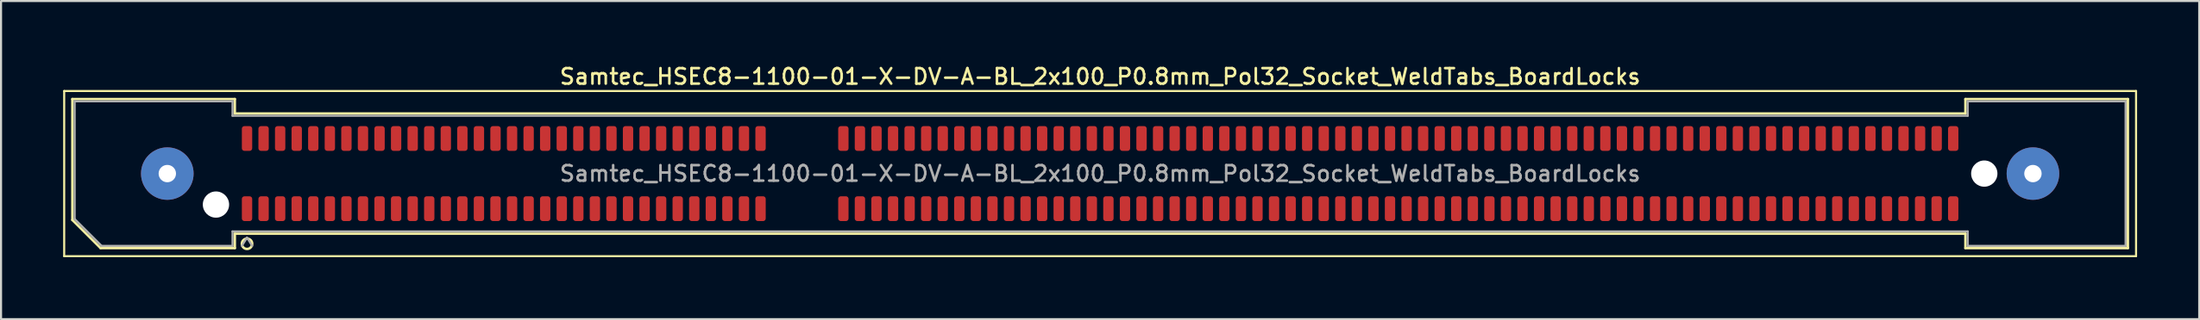
<source format=kicad_pcb>
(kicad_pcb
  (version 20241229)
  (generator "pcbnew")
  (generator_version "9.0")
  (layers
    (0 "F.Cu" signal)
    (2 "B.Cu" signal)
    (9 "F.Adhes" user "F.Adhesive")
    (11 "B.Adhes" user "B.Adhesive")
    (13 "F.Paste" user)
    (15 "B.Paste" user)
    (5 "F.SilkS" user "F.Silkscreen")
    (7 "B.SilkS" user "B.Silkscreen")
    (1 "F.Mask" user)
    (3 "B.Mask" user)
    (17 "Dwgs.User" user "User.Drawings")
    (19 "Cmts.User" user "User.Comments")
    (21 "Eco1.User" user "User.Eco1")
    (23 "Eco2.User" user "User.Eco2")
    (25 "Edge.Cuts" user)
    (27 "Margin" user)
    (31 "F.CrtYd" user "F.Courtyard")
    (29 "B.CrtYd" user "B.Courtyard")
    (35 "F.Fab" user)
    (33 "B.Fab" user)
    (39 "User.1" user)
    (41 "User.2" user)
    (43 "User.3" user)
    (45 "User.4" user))
  (footprint "Samtec_HSEC8-1100-01-X-DV-A-BL_2x100_P0.8mm_Pol32_Socket_WeldTabs_BoardLocks"
    (layer "F.Cu")
    (at 50.08 5.358)
    (property "Reference" "Samtec_HSEC8-1100-01-X-DV-A-BL_2x100_P0.8mm_Pol32_Socket_WeldTabs_BoardLocks" (at 0 -4.7 0) (layer "F.SilkS") (effects (font (size 0.75 0.75) (thickness 0.125))))
    (attr smd)
    (fp_line (start -50.03 -4) (end -50.03 4) (stroke (width 0.1) (type solid)) (layer "F.SilkS"))
    (fp_line (start -50.03 4) (end 50.03 4) (stroke (width 0.1) (type solid)) (layer "F.SilkS"))
    (fp_line (start -49.635 -3.61) (end -41.79 -3.61) (stroke (width 0.12) (type solid)) (layer "F.SilkS"))
    (fp_line (start -49.635 2.246) (end -49.635 -3.61) (stroke (width 0.12) (type solid)) (layer "F.SilkS"))
    (fp_line (start -48.271 3.61) (end -49.635 2.246) (stroke (width 0.12) (type solid)) (layer "F.SilkS"))
    (fp_line (start -41.79 -3.61) (end -41.79 -2.91) (stroke (width 0.12) (type solid)) (layer "F.SilkS"))
    (fp_line (start -41.79 -2.91) (end 41.79 -2.91) (stroke (width 0.12) (type solid)) (layer "F.SilkS"))
    (fp_line (start -41.79 2.91) (end -41.79 3.61) (stroke (width 0.12) (type solid)) (layer "F.SilkS"))
    (fp_line (start -41.79 3.61) (end -48.271 3.61) (stroke (width 0.12) (type solid)) (layer "F.SilkS"))
    (fp_line (start 41.79 -3.61) (end 49.635 -3.61) (stroke (width 0.12) (type solid)) (layer "F.SilkS"))
    (fp_line (start 41.79 -2.91) (end 41.79 -3.61) (stroke (width 0.12) (type solid)) (layer "F.SilkS"))
    (fp_line (start 41.79 2.91) (end -41.79 2.91) (stroke (width 0.12) (type solid)) (layer "F.SilkS"))
    (fp_line (start 41.79 3.61) (end 41.79 2.91) (stroke (width 0.12) (type solid)) (layer "F.SilkS"))
    (fp_line (start 49.635 -3.61) (end 49.635 3.61) (stroke (width 0.12) (type solid)) (layer "F.SilkS"))
    (fp_line (start 49.635 3.61) (end 41.79 3.61) (stroke (width 0.12) (type solid)) (layer "F.SilkS"))
    (fp_line (start 50.03 -4) (end -50.03 -4) (stroke (width 0.1) (type solid)) (layer "F.SilkS"))
    (fp_line (start 50.03 4) (end 50.03 -4) (stroke (width 0.1) (type solid)) (layer "F.SilkS"))
    (fp_circle (center -41.2 3.4) (end -40.95 3.4) (stroke (width 0.12) (type solid)) (fill no) (layer "F.SilkS"))
    (fp_line (start -49.525 -3.5) (end -41.9 -3.5) (stroke (width 0.1) (type solid)) (layer "F.Fab"))
    (fp_line (start -49.525 2.2) (end -49.525 -3.5) (stroke (width 0.1) (type solid)) (layer "F.Fab"))
    (fp_line (start -48.225 3.5) (end -49.525 2.2) (stroke (width 0.1) (type solid)) (layer "F.Fab"))
    (fp_line (start -41.9 -3.5) (end -41.9 -2.8) (stroke (width 0.1) (type solid)) (layer "F.Fab"))
    (fp_line (start -41.9 -2.8) (end 41.9 -2.8) (stroke (width 0.1) (type solid)) (layer "F.Fab"))
    (fp_line (start -41.9 2.8) (end -41.9 3.5) (stroke (width 0.1) (type solid)) (layer "F.Fab"))
    (fp_line (start -41.9 3.5) (end -48.225 3.5) (stroke (width 0.1) (type solid)) (layer "F.Fab"))
    (fp_line (start -41.2 3.1) (end -41.45 3.5) (stroke (width 0.1) (type solid)) (layer "F.Fab"))
    (fp_line (start -41.2 3.1) (end -40.95 3.5) (stroke (width 0.1) (type solid)) (layer "F.Fab"))
    (fp_line (start 41.9 -3.5) (end 49.525 -3.5) (stroke (width 0.1) (type solid)) (layer "F.Fab"))
    (fp_line (start 41.9 -2.8) (end 41.9 -3.5) (stroke (width 0.1) (type solid)) (layer "F.Fab"))
    (fp_line (start 41.9 2.8) (end -41.9 2.8) (stroke (width 0.1) (type solid)) (layer "F.Fab"))
    (fp_line (start 41.9 3.5) (end 41.9 2.8) (stroke (width 0.1) (type solid)) (layer "F.Fab"))
    (fp_line (start 49.525 -3.5) (end 49.525 3.5) (stroke (width 0.1) (type solid)) (layer "F.Fab"))
    (fp_line (start 49.525 3.5) (end 41.9 3.5) (stroke (width 0.1) (type solid)) (layer "F.Fab"))
    (fp_text user "${REFERENCE}" (at 0 0 0) (layer "F.Fab") (effects (font (size 0.75 0.75) (thickness 0.125))))
    (pad "" thru_hole circle (at -45.05 0) (size 2.54 2.54) (drill 0.84) (layers "*.Cu" "*.Mask" "F.Paste"))
    (pad "" np_thru_hole circle (at -42.7 1.5) (size 1.27 1.27) (drill 1.27) (layers "*.Cu" "*.Mask"))
    (pad "" np_thru_hole circle (at 42.7 0) (size 1.27 1.27) (drill 1.27) (layers "*.Cu" "*.Mask"))
    (pad "" thru_hole circle (at 45.05 0) (size 2.54 2.54) (drill 0.84) (layers "*.Cu" "*.Mask" "F.Paste"))
    (pad "1" smd roundrect (at -41.2 1.7) (size 0.5 1.2) (layers "F.Cu" "F.Mask" "F.Paste") (roundrect_rratio 0.25))
    (pad "2" smd roundrect (at -41.2 -1.7) (size 0.5 1.2) (layers "F.Cu" "F.Mask" "F.Paste") (roundrect_rratio 0.25))
    (pad "3" smd roundrect (at -40.4 1.7) (size 0.5 1.2) (layers "F.Cu" "F.Mask" "F.Paste") (roundrect_rratio 0.25))
    (pad "4" smd roundrect (at -40.4 -1.7) (size 0.5 1.2) (layers "F.Cu" "F.Mask" "F.Paste") (roundrect_rratio 0.25))
    (pad "5" smd roundrect (at -39.6 1.7) (size 0.5 1.2) (layers "F.Cu" "F.Mask" "F.Paste") (roundrect_rratio 0.25))
    (pad "6" smd roundrect (at -39.6 -1.7) (size 0.5 1.2) (layers "F.Cu" "F.Mask" "F.Paste") (roundrect_rratio 0.25))
    (pad "7" smd roundrect (at -38.8 1.7) (size 0.5 1.2) (layers "F.Cu" "F.Mask" "F.Paste") (roundrect_rratio 0.25))
    (pad "8" smd roundrect (at -38.8 -1.7) (size 0.5 1.2) (layers "F.Cu" "F.Mask" "F.Paste") (roundrect_rratio 0.25))
    (pad "9" smd roundrect (at -38 1.7) (size 0.5 1.2) (layers "F.Cu" "F.Mask" "F.Paste") (roundrect_rratio 0.25))
    (pad "10" smd roundrect (at -38 -1.7) (size 0.5 1.2) (layers "F.Cu" "F.Mask" "F.Paste") (roundrect_rratio 0.25))
    (pad "11" smd roundrect (at -37.2 1.7) (size 0.5 1.2) (layers "F.Cu" "F.Mask" "F.Paste") (roundrect_rratio 0.25))
    (pad "12" smd roundrect (at -37.2 -1.7) (size 0.5 1.2) (layers "F.Cu" "F.Mask" "F.Paste") (roundrect_rratio 0.25))
    (pad "13" smd roundrect (at -36.4 1.7) (size 0.5 1.2) (layers "F.Cu" "F.Mask" "F.Paste") (roundrect_rratio 0.25))
    (pad "14" smd roundrect (at -36.4 -1.7) (size 0.5 1.2) (layers "F.Cu" "F.Mask" "F.Paste") (roundrect_rratio 0.25))
    (pad "15" smd roundrect (at -35.6 1.7) (size 0.5 1.2) (layers "F.Cu" "F.Mask" "F.Paste") (roundrect_rratio 0.25))
    (pad "16" smd roundrect (at -35.6 -1.7) (size 0.5 1.2) (layers "F.Cu" "F.Mask" "F.Paste") (roundrect_rratio 0.25))
    (pad "17" smd roundrect (at -34.8 1.7) (size 0.5 1.2) (layers "F.Cu" "F.Mask" "F.Paste") (roundrect_rratio 0.25))
    (pad "18" smd roundrect (at -34.8 -1.7) (size 0.5 1.2) (layers "F.Cu" "F.Mask" "F.Paste") (roundrect_rratio 0.25))
    (pad "19" smd roundrect (at -34 1.7) (size 0.5 1.2) (layers "F.Cu" "F.Mask" "F.Paste") (roundrect_rratio 0.25))
    (pad "20" smd roundrect (at -34 -1.7) (size 0.5 1.2) (layers "F.Cu" "F.Mask" "F.Paste") (roundrect_rratio 0.25))
    (pad "21" smd roundrect (at -33.2 1.7) (size 0.5 1.2) (layers "F.Cu" "F.Mask" "F.Paste") (roundrect_rratio 0.25))
    (pad "22" smd roundrect (at -33.2 -1.7) (size 0.5 1.2) (layers "F.Cu" "F.Mask" "F.Paste") (roundrect_rratio 0.25))
    (pad "23" smd roundrect (at -32.4 1.7) (size 0.5 1.2) (layers "F.Cu" "F.Mask" "F.Paste") (roundrect_rratio 0.25))
    (pad "24" smd roundrect (at -32.4 -1.7) (size 0.5 1.2) (layers "F.Cu" "F.Mask" "F.Paste") (roundrect_rratio 0.25))
    (pad "25" smd roundrect (at -31.6 1.7) (size 0.5 1.2) (layers "F.Cu" "F.Mask" "F.Paste") (roundrect_rratio 0.25))
    (pad "26" smd roundrect (at -31.6 -1.7) (size 0.5 1.2) (layers "F.Cu" "F.Mask" "F.Paste") (roundrect_rratio 0.25))
    (pad "27" smd roundrect (at -30.8 1.7) (size 0.5 1.2) (layers "F.Cu" "F.Mask" "F.Paste") (roundrect_rratio 0.25))
    (pad "28" smd roundrect (at -30.8 -1.7) (size 0.5 1.2) (layers "F.Cu" "F.Mask" "F.Paste") (roundrect_rratio 0.25))
    (pad "29" smd roundrect (at -30 1.7) (size 0.5 1.2) (layers "F.Cu" "F.Mask" "F.Paste") (roundrect_rratio 0.25))
    (pad "30" smd roundrect (at -30 -1.7) (size 0.5 1.2) (layers "F.Cu" "F.Mask" "F.Paste") (roundrect_rratio 0.25))
    (pad "31" smd roundrect (at -29.2 1.7) (size 0.5 1.2) (layers "F.Cu" "F.Mask" "F.Paste") (roundrect_rratio 0.25))
    (pad "32" smd roundrect (at -29.2 -1.7) (size 0.5 1.2) (layers "F.Cu" "F.Mask" "F.Paste") (roundrect_rratio 0.25))
    (pad "33" smd roundrect (at -28.4 1.7) (size 0.5 1.2) (layers "F.Cu" "F.Mask" "F.Paste") (roundrect_rratio 0.25))
    (pad "34" smd roundrect (at -28.4 -1.7) (size 0.5 1.2) (layers "F.Cu" "F.Mask" "F.Paste") (roundrect_rratio 0.25))
    (pad "35" smd roundrect (at -27.6 1.7) (size 0.5 1.2) (layers "F.Cu" "F.Mask" "F.Paste") (roundrect_rratio 0.25))
    (pad "36" smd roundrect (at -27.6 -1.7) (size 0.5 1.2) (layers "F.Cu" "F.Mask" "F.Paste") (roundrect_rratio 0.25))
    (pad "37" smd roundrect (at -26.8 1.7) (size 0.5 1.2) (layers "F.Cu" "F.Mask" "F.Paste") (roundrect_rratio 0.25))
    (pad "38" smd roundrect (at -26.8 -1.7) (size 0.5 1.2) (layers "F.Cu" "F.Mask" "F.Paste") (roundrect_rratio 0.25))
    (pad "39" smd roundrect (at -26 1.7) (size 0.5 1.2) (layers "F.Cu" "F.Mask" "F.Paste") (roundrect_rratio 0.25))
    (pad "40" smd roundrect (at -26 -1.7) (size 0.5 1.2) (layers "F.Cu" "F.Mask" "F.Paste") (roundrect_rratio 0.25))
    (pad "41" smd roundrect (at -25.2 1.7) (size 0.5 1.2) (layers "F.Cu" "F.Mask" "F.Paste") (roundrect_rratio 0.25))
    (pad "42" smd roundrect (at -25.2 -1.7) (size 0.5 1.2) (layers "F.Cu" "F.Mask" "F.Paste") (roundrect_rratio 0.25))
    (pad "43" smd roundrect (at -24.4 1.7) (size 0.5 1.2) (layers "F.Cu" "F.Mask" "F.Paste") (roundrect_rratio 0.25))
    (pad "44" smd roundrect (at -24.4 -1.7) (size 0.5 1.2) (layers "F.Cu" "F.Mask" "F.Paste") (roundrect_rratio 0.25))
    (pad "45" smd roundrect (at -23.6 1.7) (size 0.5 1.2) (layers "F.Cu" "F.Mask" "F.Paste") (roundrect_rratio 0.25))
    (pad "46" smd roundrect (at -23.6 -1.7) (size 0.5 1.2) (layers "F.Cu" "F.Mask" "F.Paste") (roundrect_rratio 0.25))
    (pad "47" smd roundrect (at -22.8 1.7) (size 0.5 1.2) (layers "F.Cu" "F.Mask" "F.Paste") (roundrect_rratio 0.25))
    (pad "48" smd roundrect (at -22.8 -1.7) (size 0.5 1.2) (layers "F.Cu" "F.Mask" "F.Paste") (roundrect_rratio 0.25))
    (pad "49" smd roundrect (at -22 1.7) (size 0.5 1.2) (layers "F.Cu" "F.Mask" "F.Paste") (roundrect_rratio 0.25))
    (pad "50" smd roundrect (at -22 -1.7) (size 0.5 1.2) (layers "F.Cu" "F.Mask" "F.Paste") (roundrect_rratio 0.25))
    (pad "51" smd roundrect (at -21.2 1.7) (size 0.5 1.2) (layers "F.Cu" "F.Mask" "F.Paste") (roundrect_rratio 0.25))
    (pad "52" smd roundrect (at -21.2 -1.7) (size 0.5 1.2) (layers "F.Cu" "F.Mask" "F.Paste") (roundrect_rratio 0.25))
    (pad "53" smd roundrect (at -20.4 1.7) (size 0.5 1.2) (layers "F.Cu" "F.Mask" "F.Paste") (roundrect_rratio 0.25))
    (pad "54" smd roundrect (at -20.4 -1.7) (size 0.5 1.2) (layers "F.Cu" "F.Mask" "F.Paste") (roundrect_rratio 0.25))
    (pad "55" smd roundrect (at -19.6 1.7) (size 0.5 1.2) (layers "F.Cu" "F.Mask" "F.Paste") (roundrect_rratio 0.25))
    (pad "56" smd roundrect (at -19.6 -1.7) (size 0.5 1.2) (layers "F.Cu" "F.Mask" "F.Paste") (roundrect_rratio 0.25))
    (pad "57" smd roundrect (at -18.8 1.7) (size 0.5 1.2) (layers "F.Cu" "F.Mask" "F.Paste") (roundrect_rratio 0.25))
    (pad "58" smd roundrect (at -18.8 -1.7) (size 0.5 1.2) (layers "F.Cu" "F.Mask" "F.Paste") (roundrect_rratio 0.25))
    (pad "59" smd roundrect (at -18 1.7) (size 0.5 1.2) (layers "F.Cu" "F.Mask" "F.Paste") (roundrect_rratio 0.25))
    (pad "60" smd roundrect (at -18 -1.7) (size 0.5 1.2) (layers "F.Cu" "F.Mask" "F.Paste") (roundrect_rratio 0.25))
    (pad "61" smd roundrect (at -17.2 1.7) (size 0.5 1.2) (layers "F.Cu" "F.Mask" "F.Paste") (roundrect_rratio 0.25))
    (pad "62" smd roundrect (at -17.2 -1.7) (size 0.5 1.2) (layers "F.Cu" "F.Mask" "F.Paste") (roundrect_rratio 0.25))
    (pad "63" smd roundrect (at -16.4 1.7) (size 0.5 1.2) (layers "F.Cu" "F.Mask" "F.Paste") (roundrect_rratio 0.25))
    (pad "64" smd roundrect (at -16.4 -1.7) (size 0.5 1.2) (layers "F.Cu" "F.Mask" "F.Paste") (roundrect_rratio 0.25))
    (pad "65" smd roundrect (at -12.4 1.7) (size 0.5 1.2) (layers "F.Cu" "F.Mask" "F.Paste") (roundrect_rratio 0.25))
    (pad "66" smd roundrect (at -12.4 -1.7) (size 0.5 1.2) (layers "F.Cu" "F.Mask" "F.Paste") (roundrect_rratio 0.25))
    (pad "67" smd roundrect (at -11.6 1.7) (size 0.5 1.2) (layers "F.Cu" "F.Mask" "F.Paste") (roundrect_rratio 0.25))
    (pad "68" smd roundrect (at -11.6 -1.7) (size 0.5 1.2) (layers "F.Cu" "F.Mask" "F.Paste") (roundrect_rratio 0.25))
    (pad "69" smd roundrect (at -10.8 1.7) (size 0.5 1.2) (layers "F.Cu" "F.Mask" "F.Paste") (roundrect_rratio 0.25))
    (pad "70" smd roundrect (at -10.8 -1.7) (size 0.5 1.2) (layers "F.Cu" "F.Mask" "F.Paste") (roundrect_rratio 0.25))
    (pad "71" smd roundrect (at -10 1.7) (size 0.5 1.2) (layers "F.Cu" "F.Mask" "F.Paste") (roundrect_rratio 0.25))
    (pad "72" smd roundrect (at -10 -1.7) (size 0.5 1.2) (layers "F.Cu" "F.Mask" "F.Paste") (roundrect_rratio 0.25))
    (pad "73" smd roundrect (at -9.2 1.7) (size 0.5 1.2) (layers "F.Cu" "F.Mask" "F.Paste") (roundrect_rratio 0.25))
    (pad "74" smd roundrect (at -9.2 -1.7) (size 0.5 1.2) (layers "F.Cu" "F.Mask" "F.Paste") (roundrect_rratio 0.25))
    (pad "75" smd roundrect (at -8.4 1.7) (size 0.5 1.2) (layers "F.Cu" "F.Mask" "F.Paste") (roundrect_rratio 0.25))
    (pad "76" smd roundrect (at -8.4 -1.7) (size 0.5 1.2) (layers "F.Cu" "F.Mask" "F.Paste") (roundrect_rratio 0.25))
    (pad "77" smd roundrect (at -7.6 1.7) (size 0.5 1.2) (layers "F.Cu" "F.Mask" "F.Paste") (roundrect_rratio 0.25))
    (pad "78" smd roundrect (at -7.6 -1.7) (size 0.5 1.2) (layers "F.Cu" "F.Mask" "F.Paste") (roundrect_rratio 0.25))
    (pad "79" smd roundrect (at -6.8 1.7) (size 0.5 1.2) (layers "F.Cu" "F.Mask" "F.Paste") (roundrect_rratio 0.25))
    (pad "80" smd roundrect (at -6.8 -1.7) (size 0.5 1.2) (layers "F.Cu" "F.Mask" "F.Paste") (roundrect_rratio 0.25))
    (pad "81" smd roundrect (at -6 1.7) (size 0.5 1.2) (layers "F.Cu" "F.Mask" "F.Paste") (roundrect_rratio 0.25))
    (pad "82" smd roundrect (at -6 -1.7) (size 0.5 1.2) (layers "F.Cu" "F.Mask" "F.Paste") (roundrect_rratio 0.25))
    (pad "83" smd roundrect (at -5.2 1.7) (size 0.5 1.2) (layers "F.Cu" "F.Mask" "F.Paste") (roundrect_rratio 0.25))
    (pad "84" smd roundrect (at -5.2 -1.7) (size 0.5 1.2) (layers "F.Cu" "F.Mask" "F.Paste") (roundrect_rratio 0.25))
    (pad "85" smd roundrect (at -4.4 1.7) (size 0.5 1.2) (layers "F.Cu" "F.Mask" "F.Paste") (roundrect_rratio 0.25))
    (pad "86" smd roundrect (at -4.4 -1.7) (size 0.5 1.2) (layers "F.Cu" "F.Mask" "F.Paste") (roundrect_rratio 0.25))
    (pad "87" smd roundrect (at -3.6 1.7) (size 0.5 1.2) (layers "F.Cu" "F.Mask" "F.Paste") (roundrect_rratio 0.25))
    (pad "88" smd roundrect (at -3.6 -1.7) (size 0.5 1.2) (layers "F.Cu" "F.Mask" "F.Paste") (roundrect_rratio 0.25))
    (pad "89" smd roundrect (at -2.8 1.7) (size 0.5 1.2) (layers "F.Cu" "F.Mask" "F.Paste") (roundrect_rratio 0.25))
    (pad "90" smd roundrect (at -2.8 -1.7) (size 0.5 1.2) (layers "F.Cu" "F.Mask" "F.Paste") (roundrect_rratio 0.25))
    (pad "91" smd roundrect (at -2 1.7) (size 0.5 1.2) (layers "F.Cu" "F.Mask" "F.Paste") (roundrect_rratio 0.25))
    (pad "92" smd roundrect (at -2 -1.7) (size 0.5 1.2) (layers "F.Cu" "F.Mask" "F.Paste") (roundrect_rratio 0.25))
    (pad "93" smd roundrect (at -1.2 1.7) (size 0.5 1.2) (layers "F.Cu" "F.Mask" "F.Paste") (roundrect_rratio 0.25))
    (pad "94" smd roundrect (at -1.2 -1.7) (size 0.5 1.2) (layers "F.Cu" "F.Mask" "F.Paste") (roundrect_rratio 0.25))
    (pad "95" smd roundrect (at -0.4 1.7) (size 0.5 1.2) (layers "F.Cu" "F.Mask" "F.Paste") (roundrect_rratio 0.25))
    (pad "96" smd roundrect (at -0.4 -1.7) (size 0.5 1.2) (layers "F.Cu" "F.Mask" "F.Paste") (roundrect_rratio 0.25))
    (pad "97" smd roundrect (at 0.4 1.7) (size 0.5 1.2) (layers "F.Cu" "F.Mask" "F.Paste") (roundrect_rratio 0.25))
    (pad "98" smd roundrect (at 0.4 -1.7) (size 0.5 1.2) (layers "F.Cu" "F.Mask" "F.Paste") (roundrect_rratio 0.25))
    (pad "99" smd roundrect (at 1.2 1.7) (size 0.5 1.2) (layers "F.Cu" "F.Mask" "F.Paste") (roundrect_rratio 0.25))
    (pad "100" smd roundrect (at 1.2 -1.7) (size 0.5 1.2) (layers "F.Cu" "F.Mask" "F.Paste") (roundrect_rratio 0.25))
    (pad "101" smd roundrect (at 2 1.7) (size 0.5 1.2) (layers "F.Cu" "F.Mask" "F.Paste") (roundrect_rratio 0.25))
    (pad "102" smd roundrect (at 2 -1.7) (size 0.5 1.2) (layers "F.Cu" "F.Mask" "F.Paste") (roundrect_rratio 0.25))
    (pad "103" smd roundrect (at 2.8 1.7) (size 0.5 1.2) (layers "F.Cu" "F.Mask" "F.Paste") (roundrect_rratio 0.25))
    (pad "104" smd roundrect (at 2.8 -1.7) (size 0.5 1.2) (layers "F.Cu" "F.Mask" "F.Paste") (roundrect_rratio 0.25))
    (pad "105" smd roundrect (at 3.6 1.7) (size 0.5 1.2) (layers "F.Cu" "F.Mask" "F.Paste") (roundrect_rratio 0.25))
    (pad "106" smd roundrect (at 3.6 -1.7) (size 0.5 1.2) (layers "F.Cu" "F.Mask" "F.Paste") (roundrect_rratio 0.25))
    (pad "107" smd roundrect (at 4.4 1.7) (size 0.5 1.2) (layers "F.Cu" "F.Mask" "F.Paste") (roundrect_rratio 0.25))
    (pad "108" smd roundrect (at 4.4 -1.7) (size 0.5 1.2) (layers "F.Cu" "F.Mask" "F.Paste") (roundrect_rratio 0.25))
    (pad "109" smd roundrect (at 5.2 1.7) (size 0.5 1.2) (layers "F.Cu" "F.Mask" "F.Paste") (roundrect_rratio 0.25))
    (pad "110" smd roundrect (at 5.2 -1.7) (size 0.5 1.2) (layers "F.Cu" "F.Mask" "F.Paste") (roundrect_rratio 0.25))
    (pad "111" smd roundrect (at 6 1.7) (size 0.5 1.2) (layers "F.Cu" "F.Mask" "F.Paste") (roundrect_rratio 0.25))
    (pad "112" smd roundrect (at 6 -1.7) (size 0.5 1.2) (layers "F.Cu" "F.Mask" "F.Paste") (roundrect_rratio 0.25))
    (pad "113" smd roundrect (at 6.8 1.7) (size 0.5 1.2) (layers "F.Cu" "F.Mask" "F.Paste") (roundrect_rratio 0.25))
    (pad "114" smd roundrect (at 6.8 -1.7) (size 0.5 1.2) (layers "F.Cu" "F.Mask" "F.Paste") (roundrect_rratio 0.25))
    (pad "115" smd roundrect (at 7.6 1.7) (size 0.5 1.2) (layers "F.Cu" "F.Mask" "F.Paste") (roundrect_rratio 0.25))
    (pad "116" smd roundrect (at 7.6 -1.7) (size 0.5 1.2) (layers "F.Cu" "F.Mask" "F.Paste") (roundrect_rratio 0.25))
    (pad "117" smd roundrect (at 8.4 1.7) (size 0.5 1.2) (layers "F.Cu" "F.Mask" "F.Paste") (roundrect_rratio 0.25))
    (pad "118" smd roundrect (at 8.4 -1.7) (size 0.5 1.2) (layers "F.Cu" "F.Mask" "F.Paste") (roundrect_rratio 0.25))
    (pad "119" smd roundrect (at 9.2 1.7) (size 0.5 1.2) (layers "F.Cu" "F.Mask" "F.Paste") (roundrect_rratio 0.25))
    (pad "120" smd roundrect (at 9.2 -1.7) (size 0.5 1.2) (layers "F.Cu" "F.Mask" "F.Paste") (roundrect_rratio 0.25))
    (pad "121" smd roundrect (at 10 1.7) (size 0.5 1.2) (layers "F.Cu" "F.Mask" "F.Paste") (roundrect_rratio 0.25))
    (pad "122" smd roundrect (at 10 -1.7) (size 0.5 1.2) (layers "F.Cu" "F.Mask" "F.Paste") (roundrect_rratio 0.25))
    (pad "123" smd roundrect (at 10.8 1.7) (size 0.5 1.2) (layers "F.Cu" "F.Mask" "F.Paste") (roundrect_rratio 0.25))
    (pad "124" smd roundrect (at 10.8 -1.7) (size 0.5 1.2) (layers "F.Cu" "F.Mask" "F.Paste") (roundrect_rratio 0.25))
    (pad "125" smd roundrect (at 11.6 1.7) (size 0.5 1.2) (layers "F.Cu" "F.Mask" "F.Paste") (roundrect_rratio 0.25))
    (pad "126" smd roundrect (at 11.6 -1.7) (size 0.5 1.2) (layers "F.Cu" "F.Mask" "F.Paste") (roundrect_rratio 0.25))
    (pad "127" smd roundrect (at 12.4 1.7) (size 0.5 1.2) (layers "F.Cu" "F.Mask" "F.Paste") (roundrect_rratio 0.25))
    (pad "128" smd roundrect (at 12.4 -1.7) (size 0.5 1.2) (layers "F.Cu" "F.Mask" "F.Paste") (roundrect_rratio 0.25))
    (pad "129" smd roundrect (at 13.2 1.7) (size 0.5 1.2) (layers "F.Cu" "F.Mask" "F.Paste") (roundrect_rratio 0.25))
    (pad "130" smd roundrect (at 13.2 -1.7) (size 0.5 1.2) (layers "F.Cu" "F.Mask" "F.Paste") (roundrect_rratio 0.25))
    (pad "131" smd roundrect (at 14 1.7) (size 0.5 1.2) (layers "F.Cu" "F.Mask" "F.Paste") (roundrect_rratio 0.25))
    (pad "132" smd roundrect (at 14 -1.7) (size 0.5 1.2) (layers "F.Cu" "F.Mask" "F.Paste") (roundrect_rratio 0.25))
    (pad "133" smd roundrect (at 14.8 1.7) (size 0.5 1.2) (layers "F.Cu" "F.Mask" "F.Paste") (roundrect_rratio 0.25))
    (pad "134" smd roundrect (at 14.8 -1.7) (size 0.5 1.2) (layers "F.Cu" "F.Mask" "F.Paste") (roundrect_rratio 0.25))
    (pad "135" smd roundrect (at 15.6 1.7) (size 0.5 1.2) (layers "F.Cu" "F.Mask" "F.Paste") (roundrect_rratio 0.25))
    (pad "136" smd roundrect (at 15.6 -1.7) (size 0.5 1.2) (layers "F.Cu" "F.Mask" "F.Paste") (roundrect_rratio 0.25))
    (pad "137" smd roundrect (at 16.4 1.7) (size 0.5 1.2) (layers "F.Cu" "F.Mask" "F.Paste") (roundrect_rratio 0.25))
    (pad "138" smd roundrect (at 16.4 -1.7) (size 0.5 1.2) (layers "F.Cu" "F.Mask" "F.Paste") (roundrect_rratio 0.25))
    (pad "139" smd roundrect (at 17.2 1.7) (size 0.5 1.2) (layers "F.Cu" "F.Mask" "F.Paste") (roundrect_rratio 0.25))
    (pad "140" smd roundrect (at 17.2 -1.7) (size 0.5 1.2) (layers "F.Cu" "F.Mask" "F.Paste") (roundrect_rratio 0.25))
    (pad "141" smd roundrect (at 18 1.7) (size 0.5 1.2) (layers "F.Cu" "F.Mask" "F.Paste") (roundrect_rratio 0.25))
    (pad "142" smd roundrect (at 18 -1.7) (size 0.5 1.2) (layers "F.Cu" "F.Mask" "F.Paste") (roundrect_rratio 0.25))
    (pad "143" smd roundrect (at 18.8 1.7) (size 0.5 1.2) (layers "F.Cu" "F.Mask" "F.Paste") (roundrect_rratio 0.25))
    (pad "144" smd roundrect (at 18.8 -1.7) (size 0.5 1.2) (layers "F.Cu" "F.Mask" "F.Paste") (roundrect_rratio 0.25))
    (pad "145" smd roundrect (at 19.6 1.7) (size 0.5 1.2) (layers "F.Cu" "F.Mask" "F.Paste") (roundrect_rratio 0.25))
    (pad "146" smd roundrect (at 19.6 -1.7) (size 0.5 1.2) (layers "F.Cu" "F.Mask" "F.Paste") (roundrect_rratio 0.25))
    (pad "147" smd roundrect (at 20.4 1.7) (size 0.5 1.2) (layers "F.Cu" "F.Mask" "F.Paste") (roundrect_rratio 0.25))
    (pad "148" smd roundrect (at 20.4 -1.7) (size 0.5 1.2) (layers "F.Cu" "F.Mask" "F.Paste") (roundrect_rratio 0.25))
    (pad "149" smd roundrect (at 21.2 1.7) (size 0.5 1.2) (layers "F.Cu" "F.Mask" "F.Paste") (roundrect_rratio 0.25))
    (pad "150" smd roundrect (at 21.2 -1.7) (size 0.5 1.2) (layers "F.Cu" "F.Mask" "F.Paste") (roundrect_rratio 0.25))
    (pad "151" smd roundrect (at 22 1.7) (size 0.5 1.2) (layers "F.Cu" "F.Mask" "F.Paste") (roundrect_rratio 0.25))
    (pad "152" smd roundrect (at 22 -1.7) (size 0.5 1.2) (layers "F.Cu" "F.Mask" "F.Paste") (roundrect_rratio 0.25))
    (pad "153" smd roundrect (at 22.8 1.7) (size 0.5 1.2) (layers "F.Cu" "F.Mask" "F.Paste") (roundrect_rratio 0.25))
    (pad "154" smd roundrect (at 22.8 -1.7) (size 0.5 1.2) (layers "F.Cu" "F.Mask" "F.Paste") (roundrect_rratio 0.25))
    (pad "155" smd roundrect (at 23.6 1.7) (size 0.5 1.2) (layers "F.Cu" "F.Mask" "F.Paste") (roundrect_rratio 0.25))
    (pad "156" smd roundrect (at 23.6 -1.7) (size 0.5 1.2) (layers "F.Cu" "F.Mask" "F.Paste") (roundrect_rratio 0.25))
    (pad "157" smd roundrect (at 24.4 1.7) (size 0.5 1.2) (layers "F.Cu" "F.Mask" "F.Paste") (roundrect_rratio 0.25))
    (pad "158" smd roundrect (at 24.4 -1.7) (size 0.5 1.2) (layers "F.Cu" "F.Mask" "F.Paste") (roundrect_rratio 0.25))
    (pad "159" smd roundrect (at 25.2 1.7) (size 0.5 1.2) (layers "F.Cu" "F.Mask" "F.Paste") (roundrect_rratio 0.25))
    (pad "160" smd roundrect (at 25.2 -1.7) (size 0.5 1.2) (layers "F.Cu" "F.Mask" "F.Paste") (roundrect_rratio 0.25))
    (pad "161" smd roundrect (at 26 1.7) (size 0.5 1.2) (layers "F.Cu" "F.Mask" "F.Paste") (roundrect_rratio 0.25))
    (pad "162" smd roundrect (at 26 -1.7) (size 0.5 1.2) (layers "F.Cu" "F.Mask" "F.Paste") (roundrect_rratio 0.25))
    (pad "163" smd roundrect (at 26.8 1.7) (size 0.5 1.2) (layers "F.Cu" "F.Mask" "F.Paste") (roundrect_rratio 0.25))
    (pad "164" smd roundrect (at 26.8 -1.7) (size 0.5 1.2) (layers "F.Cu" "F.Mask" "F.Paste") (roundrect_rratio 0.25))
    (pad "165" smd roundrect (at 27.6 1.7) (size 0.5 1.2) (layers "F.Cu" "F.Mask" "F.Paste") (roundrect_rratio 0.25))
    (pad "166" smd roundrect (at 27.6 -1.7) (size 0.5 1.2) (layers "F.Cu" "F.Mask" "F.Paste") (roundrect_rratio 0.25))
    (pad "167" smd roundrect (at 28.4 1.7) (size 0.5 1.2) (layers "F.Cu" "F.Mask" "F.Paste") (roundrect_rratio 0.25))
    (pad "168" smd roundrect (at 28.4 -1.7) (size 0.5 1.2) (layers "F.Cu" "F.Mask" "F.Paste") (roundrect_rratio 0.25))
    (pad "169" smd roundrect (at 29.2 1.7) (size 0.5 1.2) (layers "F.Cu" "F.Mask" "F.Paste") (roundrect_rratio 0.25))
    (pad "170" smd roundrect (at 29.2 -1.7) (size 0.5 1.2) (layers "F.Cu" "F.Mask" "F.Paste") (roundrect_rratio 0.25))
    (pad "171" smd roundrect (at 30 1.7) (size 0.5 1.2) (layers "F.Cu" "F.Mask" "F.Paste") (roundrect_rratio 0.25))
    (pad "172" smd roundrect (at 30 -1.7) (size 0.5 1.2) (layers "F.Cu" "F.Mask" "F.Paste") (roundrect_rratio 0.25))
    (pad "173" smd roundrect (at 30.8 1.7) (size 0.5 1.2) (layers "F.Cu" "F.Mask" "F.Paste") (roundrect_rratio 0.25))
    (pad "174" smd roundrect (at 30.8 -1.7) (size 0.5 1.2) (layers "F.Cu" "F.Mask" "F.Paste") (roundrect_rratio 0.25))
    (pad "175" smd roundrect (at 31.6 1.7) (size 0.5 1.2) (layers "F.Cu" "F.Mask" "F.Paste") (roundrect_rratio 0.25))
    (pad "176" smd roundrect (at 31.6 -1.7) (size 0.5 1.2) (layers "F.Cu" "F.Mask" "F.Paste") (roundrect_rratio 0.25))
    (pad "177" smd roundrect (at 32.4 1.7) (size 0.5 1.2) (layers "F.Cu" "F.Mask" "F.Paste") (roundrect_rratio 0.25))
    (pad "178" smd roundrect (at 32.4 -1.7) (size 0.5 1.2) (layers "F.Cu" "F.Mask" "F.Paste") (roundrect_rratio 0.25))
    (pad "179" smd roundrect (at 33.2 1.7) (size 0.5 1.2) (layers "F.Cu" "F.Mask" "F.Paste") (roundrect_rratio 0.25))
    (pad "180" smd roundrect (at 33.2 -1.7) (size 0.5 1.2) (layers "F.Cu" "F.Mask" "F.Paste") (roundrect_rratio 0.25))
    (pad "181" smd roundrect (at 34 1.7) (size 0.5 1.2) (layers "F.Cu" "F.Mask" "F.Paste") (roundrect_rratio 0.25))
    (pad "182" smd roundrect (at 34 -1.7) (size 0.5 1.2) (layers "F.Cu" "F.Mask" "F.Paste") (roundrect_rratio 0.25))
    (pad "183" smd roundrect (at 34.8 1.7) (size 0.5 1.2) (layers "F.Cu" "F.Mask" "F.Paste") (roundrect_rratio 0.25))
    (pad "184" smd roundrect (at 34.8 -1.7) (size 0.5 1.2) (layers "F.Cu" "F.Mask" "F.Paste") (roundrect_rratio 0.25))
    (pad "185" smd roundrect (at 35.6 1.7) (size 0.5 1.2) (layers "F.Cu" "F.Mask" "F.Paste") (roundrect_rratio 0.25))
    (pad "186" smd roundrect (at 35.6 -1.7) (size 0.5 1.2) (layers "F.Cu" "F.Mask" "F.Paste") (roundrect_rratio 0.25))
    (pad "187" smd roundrect (at 36.4 1.7) (size 0.5 1.2) (layers "F.Cu" "F.Mask" "F.Paste") (roundrect_rratio 0.25))
    (pad "188" smd roundrect (at 36.4 -1.7) (size 0.5 1.2) (layers "F.Cu" "F.Mask" "F.Paste") (roundrect_rratio 0.25))
    (pad "189" smd roundrect (at 37.2 1.7) (size 0.5 1.2) (layers "F.Cu" "F.Mask" "F.Paste") (roundrect_rratio 0.25))
    (pad "190" smd roundrect (at 37.2 -1.7) (size 0.5 1.2) (layers "F.Cu" "F.Mask" "F.Paste") (roundrect_rratio 0.25))
    (pad "191" smd roundrect (at 38 1.7) (size 0.5 1.2) (layers "F.Cu" "F.Mask" "F.Paste") (roundrect_rratio 0.25))
    (pad "192" smd roundrect (at 38 -1.7) (size 0.5 1.2) (layers "F.Cu" "F.Mask" "F.Paste") (roundrect_rratio 0.25))
    (pad "193" smd roundrect (at 38.8 1.7) (size 0.5 1.2) (layers "F.Cu" "F.Mask" "F.Paste") (roundrect_rratio 0.25))
    (pad "194" smd roundrect (at 38.8 -1.7) (size 0.5 1.2) (layers "F.Cu" "F.Mask" "F.Paste") (roundrect_rratio 0.25))
    (pad "195" smd roundrect (at 39.6 1.7) (size 0.5 1.2) (layers "F.Cu" "F.Mask" "F.Paste") (roundrect_rratio 0.25))
    (pad "196" smd roundrect (at 39.6 -1.7) (size 0.5 1.2) (layers "F.Cu" "F.Mask" "F.Paste") (roundrect_rratio 0.25))
    (pad "197" smd roundrect (at 40.4 1.7) (size 0.5 1.2) (layers "F.Cu" "F.Mask" "F.Paste") (roundrect_rratio 0.25))
    (pad "198" smd roundrect (at 40.4 -1.7) (size 0.5 1.2) (layers "F.Cu" "F.Mask" "F.Paste") (roundrect_rratio 0.25))
    (pad "199" smd roundrect (at 41.2 1.7) (size 0.5 1.2) (layers "F.Cu" "F.Mask" "F.Paste") (roundrect_rratio 0.25))
    (pad "200" smd roundrect (at 41.2 -1.7) (size 0.5 1.2) (layers "F.Cu" "F.Mask" "F.Paste") (roundrect_rratio 0.25)))
  (gr_rect
    (start -3 -3)
    (end 103.16 12.408)
    (stroke (width 0.1) (type default))
    (fill no)
    (layer "Edge.Cuts")))
</source>
